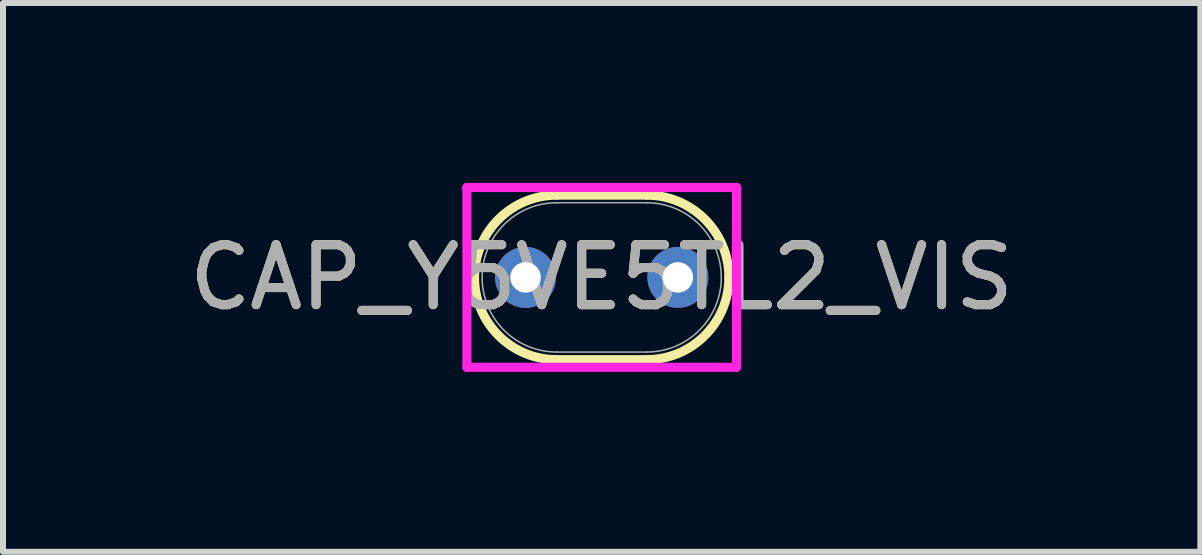
<source format=kicad_pcb>
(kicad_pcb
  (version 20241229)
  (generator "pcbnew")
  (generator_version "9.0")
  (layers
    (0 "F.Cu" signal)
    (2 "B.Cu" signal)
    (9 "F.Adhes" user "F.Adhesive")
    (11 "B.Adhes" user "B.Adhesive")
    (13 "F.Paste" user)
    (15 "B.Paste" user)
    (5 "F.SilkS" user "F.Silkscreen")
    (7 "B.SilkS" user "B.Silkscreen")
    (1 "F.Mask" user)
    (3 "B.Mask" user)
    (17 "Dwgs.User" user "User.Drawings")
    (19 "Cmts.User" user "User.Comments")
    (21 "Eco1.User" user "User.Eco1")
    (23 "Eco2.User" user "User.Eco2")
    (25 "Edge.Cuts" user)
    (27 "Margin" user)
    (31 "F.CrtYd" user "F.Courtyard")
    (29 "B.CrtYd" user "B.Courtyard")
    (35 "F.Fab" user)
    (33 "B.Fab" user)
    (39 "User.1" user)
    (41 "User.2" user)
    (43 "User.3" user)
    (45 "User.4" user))
  (footprint "CAP_Y5VE5TL2_VIS"
    (layer "F.Cu")
    (at 6.982 1.575)
    (property "Reference" "CAP_Y5VE5TL2_VIS" (at 0 0 0) (unlocked yes) (layer "F.SilkS") (effects (font (size 1 1) (thickness 0.15))))
    (attr through_hole)
    (fp_line (start -0.749 -1.372) (end 0.749 -1.372) (stroke (width 0.152) (type solid)) (layer "F.SilkS"))
    (fp_line (start -0.749 1.372) (end 0.749 1.372) (stroke (width 0.152) (type solid)) (layer "F.SilkS"))
    (fp_arc (start -0.7493 1.3716) (mid -2.1209 0) (end -0.7493 -1.3716) (stroke (width 0.1524) (type solid)) (layer "F.SilkS"))
    (fp_arc (start 0.7493 -1.3716) (mid 1.719168 -0.969868) (end 2.1209 0) (stroke (width 0.1524) (type solid)) (layer "F.SilkS"))
    (fp_arc (start 2.1209 0) (mid 1.719168 0.969868) (end 0.7493 1.3716) (stroke (width 0.1524) (type solid)) (layer "F.SilkS"))
    (fp_line (start -2.248 -1.499) (end 2.248 -1.499) (stroke (width 0.152) (type solid)) (layer "F.CrtYd"))
    (fp_line (start -2.248 1.499) (end -2.248 -1.499) (stroke (width 0.152) (type solid)) (layer "F.CrtYd"))
    (fp_line (start 2.248 -1.499) (end 2.248 1.499) (stroke (width 0.152) (type solid)) (layer "F.CrtYd"))
    (fp_line (start 2.248 1.499) (end -2.248 1.499) (stroke (width 0.152) (type solid)) (layer "F.CrtYd"))
    (fp_line (start -0.749 -1.245) (end 0.749 -1.245) (stroke (width 0.025) (type solid)) (layer "F.Fab"))
    (fp_line (start -0.749 1.245) (end 0.749 1.245) (stroke (width 0.025) (type solid)) (layer "F.Fab"))
    (fp_arc (start -0.7493 1.2446) (mid -1.9939 0) (end -0.7493 -1.2446) (stroke (width 0.0254) (type solid)) (layer "F.Fab"))
    (fp_arc (start 0.7493 -1.2446) (mid 1.9939 0) (end 0.7493 1.2446) (stroke (width 0.0254) (type solid)) (layer "F.Fab"))
    (fp_text user "${REFERENCE}" (at 0 0 0) (unlocked yes) (layer "F.Fab") (effects (font (size 1 1) (thickness 0.15))))
    (pad "1" thru_hole circle (at -1.27 0) (size 1.016 1.016) (drill 0.508) (layers "*.Cu" "*.Mask"))
    (pad "2" thru_hole circle (at 1.27 0) (size 1.016 1.016) (drill 0.508) (layers "*.Cu" "*.Mask")))
  (gr_rect
    (start -3 -3)
    (end 16.964 6.15)
    (stroke (width 0.1) (type default))
    (fill no)
    (layer "Edge.Cuts")))
</source>
